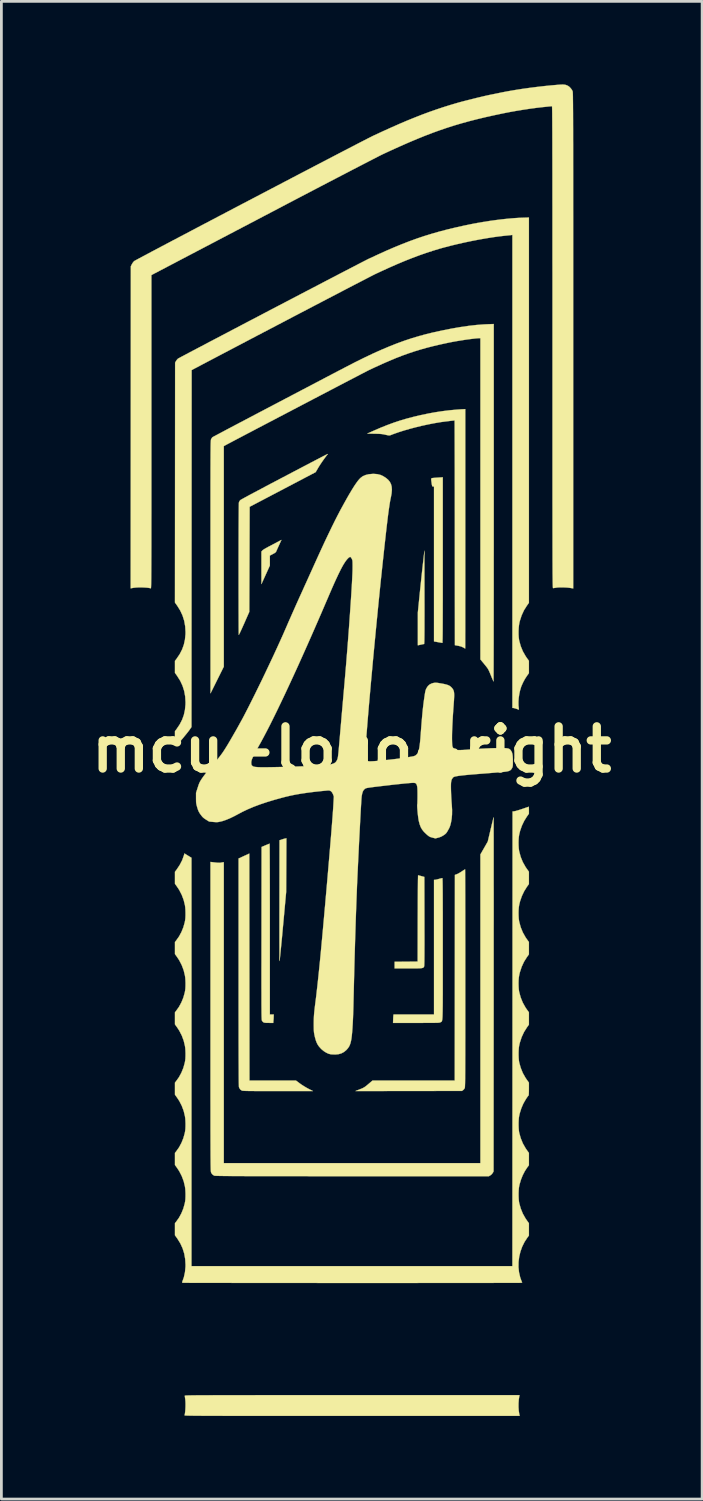
<source format=kicad_pcb>
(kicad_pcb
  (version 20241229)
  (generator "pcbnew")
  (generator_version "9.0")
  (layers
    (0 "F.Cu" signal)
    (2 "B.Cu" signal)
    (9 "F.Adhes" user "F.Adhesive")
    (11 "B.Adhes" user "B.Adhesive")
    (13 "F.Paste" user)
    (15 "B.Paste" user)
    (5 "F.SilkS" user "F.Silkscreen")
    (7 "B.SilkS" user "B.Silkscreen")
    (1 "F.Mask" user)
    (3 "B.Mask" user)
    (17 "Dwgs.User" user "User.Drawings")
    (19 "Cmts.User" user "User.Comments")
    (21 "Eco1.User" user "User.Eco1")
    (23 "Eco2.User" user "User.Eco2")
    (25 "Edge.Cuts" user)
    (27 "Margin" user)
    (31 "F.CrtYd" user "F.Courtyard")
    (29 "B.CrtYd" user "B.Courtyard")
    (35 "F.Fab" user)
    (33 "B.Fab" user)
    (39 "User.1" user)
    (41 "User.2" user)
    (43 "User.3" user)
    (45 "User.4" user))
  (footprint "mcu-logo-right"
    (layer "F.Cu")
    (at 9.659 24.028)
    (property "Reference" "mcu-logo-right" (at 0 0 0) (layer "F.SilkS") (effects (font (size 1.524 1.524) (thickness 0.3))))
    (attr through_hole)
    (fp_poly (pts (xy -2.624 -7.389) (xy -2.654 -7.323) (xy -2.682 -7.261) (xy -2.705 -7.209) (xy -2.721 -7.172) (xy -2.726 -7.161) (xy -2.739 -7.137) (xy -2.758 -7.116) (xy -2.79 -7.094) (xy -2.839 -7.067) (xy -2.852 -7.06) (xy -2.959 -7.004) (xy -2.959 -6.824) (xy -2.959 -6.644) (xy -3.111 -6.309) (xy -3.263 -5.975) (xy -3.264 -6.562) (xy -3.264 -7.148) (xy -3.232 -7.186) (xy -3.208 -7.207) (xy -3.164 -7.236) (xy -3.103 -7.272) (xy -3.028 -7.314) (xy -2.987 -7.335) (xy -2.91 -7.375) (xy -2.831 -7.417) (xy -2.756 -7.456) (xy -2.693 -7.49) (xy -2.658 -7.508) (xy -2.541 -7.571) (xy -2.624 -7.389)) (stroke (width 0.01) (type solid)) (fill yes) (layer "F.SilkS"))
    (fp_poly (pts (xy 2.627 -5.496) (xy 2.628 -5.246) (xy 2.628 -5.021) (xy 2.628 -4.819) (xy 2.627 -4.638) (xy 2.627 -4.479) (xy 2.627 -4.34) (xy 2.626 -4.22) (xy 2.625 -4.118) (xy 2.624 -4.033) (xy 2.623 -3.963) (xy 2.622 -3.907) (xy 2.62 -3.866) (xy 2.618 -3.836) (xy 2.616 -3.818) (xy 2.614 -3.81) (xy 2.613 -3.81) (xy 2.594 -3.807) (xy 2.557 -3.8) (xy 2.509 -3.789) (xy 2.492 -3.786) (xy 2.388 -3.762) (xy 2.388 -4.945) (xy 2.451 -5.575) (xy 2.466 -5.721) (xy 2.483 -5.879) (xy 2.5 -6.043) (xy 2.517 -6.207) (xy 2.534 -6.365) (xy 2.55 -6.511) (xy 2.565 -6.641) (xy 2.57 -6.693) (xy 2.626 -7.182) (xy 2.627 -5.496)) (stroke (width 0.01) (type solid)) (fill yes) (layer "F.SilkS"))
    (fp_poly (pts (xy -2.365 4.18) (xy -2.37 5.15) (xy -2.455 6.077) (xy -2.48 6.344) (xy -2.502 6.585) (xy -2.522 6.802) (xy -2.541 6.993) (xy -2.557 7.159) (xy -2.571 7.301) (xy -2.583 7.418) (xy -2.592 7.511) (xy -2.6 7.579) (xy -2.606 7.623) (xy -2.61 7.643) (xy -2.61 7.644) (xy -2.611 7.632) (xy -2.612 7.596) (xy -2.612 7.537) (xy -2.613 7.457) (xy -2.613 7.356) (xy -2.613 7.237) (xy -2.613 7.1) (xy -2.614 6.946) (xy -2.614 6.778) (xy -2.614 6.596) (xy -2.614 6.401) (xy -2.614 6.195) (xy -2.614 5.979) (xy -2.613 5.754) (xy -2.613 5.523) (xy -2.613 5.466) (xy -2.61 3.283) (xy -2.532 3.255) (xy -2.482 3.239) (xy -2.435 3.225) (xy -2.407 3.219) (xy -2.361 3.21) (xy -2.365 4.18)) (stroke (width 0.01) (type solid)) (fill yes) (layer "F.SilkS"))
    (fp_poly (pts (xy 3.289 -6.841) (xy 3.289 -6.504) (xy 3.289 -6.192) (xy 3.289 -5.904) (xy 3.289 -5.639) (xy 3.289 -5.396) (xy 3.288 -5.174) (xy 3.288 -4.973) (xy 3.287 -4.791) (xy 3.287 -4.628) (xy 3.286 -4.484) (xy 3.286 -4.356) (xy 3.285 -4.245) (xy 3.284 -4.15) (xy 3.283 -4.069) (xy 3.282 -4.003) (xy 3.28 -3.949) (xy 3.279 -3.908) (xy 3.278 -3.878) (xy 3.276 -3.86) (xy 3.274 -3.851) (xy 3.273 -3.85) (xy 3.255 -3.852) (xy 3.218 -3.859) (xy 3.166 -3.868) (xy 3.115 -3.877) (xy 2.972 -3.903) (xy 2.972 -9.5) (xy 2.94 -9.5) (xy 2.925 -9.501) (xy 2.914 -9.506) (xy 2.906 -9.52) (xy 2.899 -9.548) (xy 2.891 -9.593) (xy 2.883 -9.648) (xy 2.874 -9.712) (xy 2.87 -9.755) (xy 2.873 -9.782) (xy 2.883 -9.797) (xy 2.904 -9.804) (xy 2.936 -9.808) (xy 2.943 -9.809) (xy 2.988 -9.813) (xy 3.048 -9.818) (xy 3.115 -9.822) (xy 3.153 -9.825) (xy 3.289 -9.833) (xy 3.289 -6.841)) (stroke (width 0.01) (type solid)) (fill yes) (layer "F.SilkS"))
    (fp_poly (pts (xy -3.696 11.963) (xy -2.016 11.963) (xy -1.875 12.068) (xy -1.807 12.116) (xy -1.725 12.168) (xy -1.642 12.218) (xy -1.569 12.258) (xy -1.403 12.343) (xy -2.667 12.343) (xy -2.881 12.343) (xy -3.071 12.343) (xy -3.239 12.343) (xy -3.385 12.342) (xy -3.511 12.342) (xy -3.618 12.341) (xy -3.709 12.34) (xy -3.783 12.339) (xy -3.843 12.337) (xy -3.889 12.335) (xy -3.924 12.333) (xy -3.948 12.331) (xy -3.964 12.328) (xy -3.969 12.326) (xy -4.025 12.288) (xy -4.063 12.232) (xy -4.075 12.198) (xy -4.077 12.184) (xy -4.078 12.153) (xy -4.079 12.104) (xy -4.081 12.036) (xy -4.082 11.95) (xy -4.083 11.844) (xy -4.084 11.719) (xy -4.084 11.574) (xy -4.085 11.409) (xy -4.086 11.223) (xy -4.087 11.016) (xy -4.087 10.787) (xy -4.088 10.536) (xy -4.088 10.263) (xy -4.088 9.967) (xy -4.089 9.647) (xy -4.089 9.304) (xy -4.089 8.937) (xy -4.089 8.545) (xy -4.089 8.129) (xy -4.089 8.044) (xy -4.089 3.94) (xy -3.896 3.851) (xy -3.702 3.762) (xy -3.696 11.963)) (stroke (width 0.01) (type solid)) (fill yes) (layer "F.SilkS"))
    (fp_poly (pts (xy 2.413 4.551) (xy 2.447 4.559) (xy 2.493 4.571) (xy 2.515 4.577) (xy 2.623 4.606) (xy 2.626 6.205) (xy 2.626 6.458) (xy 2.627 6.686) (xy 2.627 6.89) (xy 2.627 7.072) (xy 2.626 7.232) (xy 2.626 7.372) (xy 2.625 7.491) (xy 2.624 7.591) (xy 2.623 7.673) (xy 2.621 7.737) (xy 2.62 7.785) (xy 2.618 7.818) (xy 2.615 7.836) (xy 2.615 7.84) (xy 2.607 7.857) (xy 2.597 7.872) (xy 2.584 7.883) (xy 2.565 7.892) (xy 2.536 7.899) (xy 2.497 7.905) (xy 2.445 7.908) (xy 2.377 7.91) (xy 2.291 7.911) (xy 2.184 7.912) (xy 2.055 7.912) (xy 2.039 7.912) (xy 1.549 7.912) (xy 1.549 7.671) (xy 1.965 7.668) (xy 2.381 7.664) (xy 2.384 6.106) (xy 2.385 5.909) (xy 2.386 5.719) (xy 2.386 5.538) (xy 2.387 5.368) (xy 2.388 5.209) (xy 2.389 5.064) (xy 2.39 4.933) (xy 2.391 4.819) (xy 2.392 4.723) (xy 2.394 4.646) (xy 2.395 4.59) (xy 2.396 4.557) (xy 2.397 4.547) (xy 2.413 4.551)) (stroke (width 0.01) (type solid)) (fill yes) (layer "F.SilkS"))
    (fp_poly (pts (xy -2.968 3.416) (xy -2.967 3.453) (xy -2.966 3.513) (xy -2.965 3.595) (xy -2.965 3.699) (xy -2.964 3.822) (xy -2.963 3.964) (xy -2.963 4.123) (xy -2.962 4.3) (xy -2.961 4.492) (xy -2.961 4.698) (xy -2.96 4.918) (xy -2.96 5.151) (xy -2.96 5.394) (xy -2.959 5.648) (xy -2.959 5.91) (xy -2.959 6.181) (xy -2.959 6.458) (xy -2.959 6.49) (xy -2.959 9.576) (xy -2.819 9.576) (xy -2.819 9.631) (xy -2.821 9.672) (xy -2.823 9.727) (xy -2.828 9.783) (xy -2.828 9.783) (xy -2.836 9.881) (xy -2.996 9.88) (xy -3.068 9.879) (xy -3.119 9.877) (xy -3.155 9.872) (xy -3.18 9.864) (xy -3.19 9.859) (xy -3.221 9.832) (xy -3.245 9.799) (xy -3.247 9.793) (xy -3.249 9.784) (xy -3.251 9.77) (xy -3.252 9.751) (xy -3.254 9.726) (xy -3.255 9.693) (xy -3.257 9.652) (xy -3.258 9.603) (xy -3.259 9.543) (xy -3.26 9.472) (xy -3.26 9.389) (xy -3.261 9.294) (xy -3.262 9.185) (xy -3.262 9.061) (xy -3.262 8.921) (xy -3.262 8.765) (xy -3.263 8.591) (xy -3.263 8.399) (xy -3.263 8.188) (xy -3.263 7.956) (xy -3.262 7.703) (xy -3.262 7.428) (xy -3.262 7.13) (xy -3.261 6.808) (xy -3.261 6.642) (xy -3.258 3.524) (xy -3.118 3.464) (xy -3.063 3.441) (xy -3.016 3.422) (xy -2.983 3.409) (xy -2.969 3.404) (xy -2.968 3.416)) (stroke (width 0.01) (type solid)) (fill yes) (layer "F.SilkS"))
    (fp_poly (pts (xy 4.096 4.343) (xy 4.096 4.38) (xy 4.097 4.441) (xy 4.097 4.524) (xy 4.098 4.628) (xy 4.098 4.753) (xy 4.099 4.898) (xy 4.099 5.061) (xy 4.1 5.242) (xy 4.1 5.44) (xy 4.1 5.653) (xy 4.101 5.881) (xy 4.101 6.123) (xy 4.101 6.378) (xy 4.101 6.645) (xy 4.102 6.922) (xy 4.102 7.21) (xy 4.102 7.506) (xy 4.102 7.811) (xy 4.102 8.122) (xy 4.102 8.263) (xy 4.102 8.639) (xy 4.102 8.991) (xy 4.102 9.319) (xy 4.102 9.624) (xy 4.102 9.907) (xy 4.102 10.169) (xy 4.102 10.41) (xy 4.101 10.632) (xy 4.101 10.835) (xy 4.101 11.02) (xy 4.1 11.188) (xy 4.1 11.34) (xy 4.099 11.477) (xy 4.099 11.599) (xy 4.098 11.707) (xy 4.097 11.802) (xy 4.097 11.885) (xy 4.096 11.957) (xy 4.095 12.018) (xy 4.094 12.07) (xy 4.092 12.113) (xy 4.091 12.148) (xy 4.09 12.176) (xy 4.088 12.198) (xy 4.087 12.214) (xy 4.085 12.226) (xy 4.083 12.234) (xy 4.081 12.238) (xy 4.056 12.276) (xy 4.023 12.308) (xy 4.021 12.31) (xy 3.981 12.338) (xy 2.057 12.341) (xy 0.133 12.343) (xy 0.292 12.28) (xy 0.355 12.255) (xy 0.404 12.233) (xy 0.445 12.21) (xy 0.486 12.184) (xy 0.531 12.149) (xy 0.587 12.102) (xy 0.601 12.09) (xy 0.751 11.963) (xy 3.721 11.963) (xy 3.724 8.248) (xy 3.727 4.532) (xy 3.791 4.51) (xy 3.829 4.494) (xy 3.879 4.467) (xy 3.935 4.433) (xy 3.971 4.41) (xy 4.019 4.378) (xy 4.059 4.352) (xy 4.086 4.336) (xy 4.095 4.331) (xy 4.096 4.343)) (stroke (width 0.01) (type solid)) (fill yes) (layer "F.SilkS"))
    (fp_poly (pts (xy 3.275 4.653) (xy 3.277 4.667) (xy 3.279 4.691) (xy 3.28 4.727) (xy 3.282 4.775) (xy 3.283 4.837) (xy 3.284 4.912) (xy 3.285 5.002) (xy 3.286 5.108) (xy 3.287 5.231) (xy 3.287 5.371) (xy 3.288 5.529) (xy 3.288 5.707) (xy 3.289 5.905) (xy 3.289 6.124) (xy 3.289 6.365) (xy 3.289 6.629) (xy 3.289 6.917) (xy 3.289 7.195) (xy 3.289 7.498) (xy 3.289 7.778) (xy 3.289 8.033) (xy 3.289 8.267) (xy 3.289 8.479) (xy 3.289 8.671) (xy 3.289 8.844) (xy 3.288 8.998) (xy 3.288 9.136) (xy 3.287 9.257) (xy 3.285 9.364) (xy 3.284 9.456) (xy 3.282 9.535) (xy 3.28 9.602) (xy 3.278 9.659) (xy 3.275 9.705) (xy 3.271 9.743) (xy 3.268 9.772) (xy 3.263 9.795) (xy 3.258 9.812) (xy 3.253 9.825) (xy 3.247 9.833) (xy 3.24 9.839) (xy 3.233 9.844) (xy 3.225 9.848) (xy 3.216 9.852) (xy 3.211 9.855) (xy 3.202 9.86) (xy 3.191 9.864) (xy 3.178 9.868) (xy 3.16 9.871) (xy 3.134 9.874) (xy 3.1 9.876) (xy 3.055 9.877) (xy 2.998 9.878) (xy 2.925 9.879) (xy 2.837 9.88) (xy 2.73 9.88) (xy 2.603 9.88) (xy 2.453 9.881) (xy 2.33 9.881) (xy 1.492 9.881) (xy 1.496 9.757) (xy 1.498 9.7) (xy 1.501 9.65) (xy 1.504 9.615) (xy 1.505 9.604) (xy 1.512 9.576) (xy 2.972 9.576) (xy 2.972 4.712) (xy 3 4.712) (xy 3.025 4.708) (xy 3.067 4.7) (xy 3.119 4.687) (xy 3.143 4.68) (xy 3.195 4.666) (xy 3.238 4.655) (xy 3.267 4.649) (xy 3.273 4.648) (xy 3.275 4.653)) (stroke (width 0.01) (type solid)) (fill yes) (layer "F.SilkS"))
    (fp_poly (pts (xy -0.866 -10.674) (xy -0.867 -10.671) (xy -0.87 -10.669) (xy -0.871 -10.666) (xy -0.964 -10.545) (xy -1.051 -10.424) (xy -1.128 -10.311) (xy -1.193 -10.209) (xy -1.211 -10.178) (xy -1.304 -10.019) (xy -3.689 -8.767) (xy -3.702 -4.972) (xy -3.825 -4.693) (xy -3.881 -4.565) (xy -3.932 -4.451) (xy -3.976 -4.353) (xy -4.014 -4.272) (xy -4.044 -4.208) (xy -4.066 -4.165) (xy -4.079 -4.143) (xy -4.082 -4.14) (xy -4.083 -4.153) (xy -4.084 -4.189) (xy -4.085 -4.249) (xy -4.085 -4.33) (xy -4.086 -4.432) (xy -4.086 -4.553) (xy -4.087 -4.691) (xy -4.087 -4.847) (xy -4.088 -5.018) (xy -4.088 -5.203) (xy -4.088 -5.401) (xy -4.089 -5.61) (xy -4.089 -5.83) (xy -4.089 -6.06) (xy -4.089 -6.297) (xy -4.089 -6.506) (xy -4.089 -6.77) (xy -4.089 -7.024) (xy -4.088 -7.267) (xy -4.088 -7.498) (xy -4.087 -7.715) (xy -4.087 -7.918) (xy -4.086 -8.105) (xy -4.085 -8.276) (xy -4.084 -8.429) (xy -4.083 -8.564) (xy -4.082 -8.678) (xy -4.081 -8.772) (xy -4.08 -8.844) (xy -4.079 -8.893) (xy -4.078 -8.918) (xy -4.077 -8.921) (xy -4.06 -8.964) (xy -4.033 -9.002) (xy -4.03 -9.006) (xy -4.014 -9.016) (xy -3.978 -9.037) (xy -3.921 -9.069) (xy -3.847 -9.11) (xy -3.755 -9.16) (xy -3.647 -9.218) (xy -3.525 -9.283) (xy -3.389 -9.355) (xy -3.242 -9.433) (xy -3.085 -9.517) (xy -2.919 -9.605) (xy -2.745 -9.696) (xy -2.565 -9.791) (xy -2.502 -9.824) (xy -2.277 -9.942) (xy -2.074 -10.049) (xy -1.89 -10.145) (xy -1.727 -10.231) (xy -1.581 -10.307) (xy -1.453 -10.375) (xy -1.341 -10.433) (xy -1.243 -10.484) (xy -1.16 -10.527) (xy -1.09 -10.564) (xy -1.032 -10.594) (xy -0.984 -10.618) (xy -0.947 -10.638) (xy -0.918 -10.652) (xy -0.896 -10.662) (xy -0.882 -10.669) (xy -0.872 -10.673) (xy -0.868 -10.674) (xy -0.866 -10.674)) (stroke (width 0.01) (type solid)) (fill yes) (layer "F.SilkS"))
    (fp_poly (pts (xy 6.053 23.371) (xy 6.035 23.491) (xy 6.026 23.623) (xy 6.025 23.758) (xy 6.033 23.887) (xy 6.05 24) (xy 6.066 24.079) (xy 0.01 24.079) (xy -0.459 24.079) (xy -0.902 24.079) (xy -1.322 24.079) (xy -1.718 24.079) (xy -2.092 24.079) (xy -2.443 24.079) (xy -2.773 24.079) (xy -3.082 24.079) (xy -3.372 24.079) (xy -3.641 24.079) (xy -3.893 24.078) (xy -4.126 24.078) (xy -4.341 24.078) (xy -4.54 24.078) (xy -4.723 24.077) (xy -4.891 24.077) (xy -5.044 24.076) (xy -5.182 24.076) (xy -5.308 24.075) (xy -5.421 24.075) (xy -5.521 24.074) (xy -5.61 24.074) (xy -5.689 24.073) (xy -5.758 24.072) (xy -5.817 24.071) (xy -5.867 24.07) (xy -5.91 24.069) (xy -5.945 24.068) (xy -5.973 24.067) (xy -5.995 24.066) (xy -6.012 24.065) (xy -6.025 24.063) (xy -6.033 24.062) (xy -6.038 24.06) (xy -6.04 24.059) (xy -6.04 24.057) (xy -6.028 24.001) (xy -6.018 23.925) (xy -6.011 23.837) (xy -6.007 23.742) (xy -6.006 23.647) (xy -6.009 23.558) (xy -6.015 23.481) (xy -6.02 23.451) (xy -6.026 23.406) (xy -6.031 23.369) (xy -6.032 23.352) (xy -6.032 23.35) (xy -6.029 23.349) (xy -6.023 23.347) (xy -6.014 23.346) (xy -6.001 23.344) (xy -5.984 23.343) (xy -5.96 23.342) (xy -5.931 23.341) (xy -5.895 23.34) (xy -5.852 23.339) (xy -5.801 23.338) (xy -5.74 23.337) (xy -5.671 23.336) (xy -5.591 23.335) (xy -5.501 23.335) (xy -5.399 23.334) (xy -5.285 23.334) (xy -5.158 23.333) (xy -5.018 23.333) (xy -4.864 23.332) (xy -4.695 23.332) (xy -4.511 23.331) (xy -4.31 23.331) (xy -4.093 23.331) (xy -3.858 23.331) (xy -3.606 23.331) (xy -3.334 23.33) (xy -3.043 23.33) (xy -2.732 23.33) (xy -2.4 23.33) (xy -2.047 23.33) (xy -1.671 23.33) (xy -1.273 23.33) (xy -0.851 23.33) (xy -0.405 23.33) (xy 0.014 23.33) (xy 6.061 23.33) (xy 6.053 23.371)) (stroke (width 0.01) (type solid)) (fill yes) (layer "F.SilkS"))
    (fp_poly (pts (xy 4.102 -7.971) (xy 4.102 -7.641) (xy 4.102 -7.318) (xy 4.102 -7.002) (xy 4.102 -6.695) (xy 4.102 -6.396) (xy 4.102 -6.109) (xy 4.102 -5.832) (xy 4.102 -5.567) (xy 4.101 -5.316) (xy 4.101 -5.078) (xy 4.101 -4.855) (xy 4.101 -4.648) (xy 4.101 -4.458) (xy 4.101 -4.286) (xy 4.1 -4.131) (xy 4.1 -3.997) (xy 4.1 -3.882) (xy 4.1 -3.79) (xy 4.1 -3.719) (xy 4.099 -3.671) (xy 4.099 -3.648) (xy 4.099 -3.645) (xy 4.087 -3.651) (xy 4.06 -3.667) (xy 4.027 -3.686) (xy 3.959 -3.717) (xy 3.873 -3.74) (xy 3.843 -3.746) (xy 3.727 -3.767) (xy 3.724 -7.827) (xy 3.724 -8.146) (xy 3.724 -8.459) (xy 3.723 -8.765) (xy 3.723 -9.062) (xy 3.723 -9.349) (xy 3.722 -9.626) (xy 3.722 -9.892) (xy 3.722 -10.145) (xy 3.721 -10.385) (xy 3.721 -10.611) (xy 3.72 -10.822) (xy 3.72 -11.016) (xy 3.719 -11.194) (xy 3.719 -11.354) (xy 3.718 -11.494) (xy 3.718 -11.615) (xy 3.718 -11.715) (xy 3.717 -11.793) (xy 3.717 -11.848) (xy 3.716 -11.88) (xy 3.716 -11.887) (xy 3.694 -11.886) (xy 3.651 -11.881) (xy 3.593 -11.875) (xy 3.524 -11.866) (xy 3.45 -11.857) (xy 3.374 -11.848) (xy 3.302 -11.838) (xy 3.239 -11.83) (xy 3.194 -11.823) (xy 2.981 -11.787) (xy 2.76 -11.744) (xy 2.534 -11.695) (xy 2.309 -11.64) (xy 2.089 -11.582) (xy 1.878 -11.521) (xy 1.682 -11.458) (xy 1.503 -11.395) (xy 1.413 -11.36) (xy 1.389 -11.351) (xy 1.367 -11.346) (xy 1.343 -11.346) (xy 1.309 -11.351) (xy 1.261 -11.361) (xy 1.216 -11.371) (xy 1.161 -11.383) (xy 1.111 -11.392) (xy 1.06 -11.398) (xy 1.002 -11.402) (xy 0.932 -11.405) (xy 0.843 -11.407) (xy 0.817 -11.407) (xy 0.74 -11.409) (xy 0.672 -11.41) (xy 0.617 -11.411) (xy 0.58 -11.412) (xy 0.564 -11.413) (xy 0.563 -11.413) (xy 0.575 -11.418) (xy 0.606 -11.433) (xy 0.654 -11.454) (xy 0.714 -11.481) (xy 0.784 -11.512) (xy 0.8 -11.519) (xy 1.047 -11.626) (xy 1.283 -11.72) (xy 1.513 -11.805) (xy 1.742 -11.881) (xy 1.974 -11.95) (xy 2.216 -12.014) (xy 2.472 -12.075) (xy 2.748 -12.133) (xy 2.781 -12.14) (xy 3.026 -12.184) (xy 3.283 -12.223) (xy 3.543 -12.255) (xy 3.796 -12.278) (xy 3.947 -12.289) (xy 4.102 -12.297) (xy 4.102 -7.971)) (stroke (width 0.01) (type solid)) (fill yes) (layer "F.SilkS"))
    (fp_poly (pts (xy 5.126 2.465) (xy 5.126 2.501) (xy 5.126 2.562) (xy 5.127 2.646) (xy 5.127 2.752) (xy 5.127 2.88) (xy 5.127 3.029) (xy 5.128 3.198) (xy 5.128 3.386) (xy 5.128 3.593) (xy 5.128 3.817) (xy 5.128 4.059) (xy 5.128 4.317) (xy 5.128 4.591) (xy 5.128 4.879) (xy 5.129 5.181) (xy 5.129 5.497) (xy 5.129 5.825) (xy 5.129 6.165) (xy 5.128 6.517) (xy 5.128 6.878) (xy 5.128 7.249) (xy 5.128 7.628) (xy 5.128 8.016) (xy 5.128 8.411) (xy 5.128 8.812) (xy 5.128 8.847) (xy 5.124 15.246) (xy 5.093 15.302) (xy 5.058 15.348) (xy 5.013 15.385) (xy 5.009 15.387) (xy 4.957 15.418) (xy 0.012 15.418) (xy -0.413 15.418) (xy -0.812 15.418) (xy -1.188 15.418) (xy -1.541 15.418) (xy -1.871 15.417) (xy -2.179 15.417) (xy -2.466 15.417) (xy -2.733 15.417) (xy -2.981 15.417) (xy -3.21 15.417) (xy -3.42 15.416) (xy -3.614 15.416) (xy -3.79 15.416) (xy -3.951 15.415) (xy -4.097 15.415) (xy -4.229 15.414) (xy -4.346 15.413) (xy -4.451 15.413) (xy -4.544 15.412) (xy -4.625 15.411) (xy -4.696 15.41) (xy -4.756 15.409) (xy -4.807 15.408) (xy -4.85 15.407) (xy -4.885 15.406) (xy -4.913 15.405) (xy -4.935 15.404) (xy -4.951 15.402) (xy -4.962 15.401) (xy -4.969 15.399) (xy -4.972 15.398) (xy -5.024 15.364) (xy -5.061 15.323) (xy -5.082 15.284) (xy -5.083 15.28) (xy -5.085 15.274) (xy -5.087 15.265) (xy -5.088 15.254) (xy -5.09 15.24) (xy -5.091 15.221) (xy -5.093 15.197) (xy -5.094 15.168) (xy -5.095 15.132) (xy -5.096 15.09) (xy -5.097 15.039) (xy -5.098 14.98) (xy -5.099 14.912) (xy -5.099 14.834) (xy -5.1 14.745) (xy -5.101 14.645) (xy -5.101 14.533) (xy -5.102 14.409) (xy -5.102 14.271) (xy -5.103 14.119) (xy -5.103 13.952) (xy -5.104 13.77) (xy -5.104 13.571) (xy -5.104 13.356) (xy -5.104 13.123) (xy -5.104 12.871) (xy -5.105 12.601) (xy -5.105 12.311) (xy -5.105 12) (xy -5.105 11.668) (xy -5.105 11.315) (xy -5.105 10.938) (xy -5.105 10.539) (xy -5.105 10.116) (xy -5.105 9.668) (xy -5.105 9.649) (xy -5.105 4.064) (xy -5.058 4.07) (xy -4.943 4.084) (xy -4.853 4.093) (xy -4.785 4.095) (xy -4.738 4.093) (xy -4.724 4.09) (xy -4.686 4.081) (xy -4.653 4.077) (xy -4.651 4.077) (xy -4.623 4.077) (xy -4.623 14.948) (xy 4.648 14.948) (xy 4.648 3.794) (xy 4.781 3.562) (xy 4.914 3.33) (xy 5.017 2.894) (xy 5.041 2.793) (xy 5.063 2.699) (xy 5.083 2.617) (xy 5.1 2.548) (xy 5.113 2.496) (xy 5.122 2.463) (xy 5.125 2.452) (xy 5.126 2.465)) (stroke (width 0.01) (type solid)) (fill yes) (layer "F.SilkS"))
    (fp_poly (pts (xy 5.131 -8.909) (xy 5.131 -8.505) (xy 5.131 -8.108) (xy 5.131 -7.718) (xy 5.131 -7.335) (xy 5.13 -6.962) (xy 5.13 -6.598) (xy 5.13 -6.244) (xy 5.13 -5.901) (xy 5.13 -5.569) (xy 5.129 -5.251) (xy 5.129 -4.945) (xy 5.129 -4.653) (xy 5.128 -4.376) (xy 5.128 -4.115) (xy 5.128 -3.869) (xy 5.127 -3.641) (xy 5.127 -3.43) (xy 5.126 -3.238) (xy 5.126 -3.065) (xy 5.125 -2.912) (xy 5.125 -2.78) (xy 5.124 -2.669) (xy 5.124 -2.581) (xy 5.123 -2.515) (xy 5.123 -2.473) (xy 5.122 -2.456) (xy 5.122 -2.456) (xy 5.115 -2.47) (xy 5.1 -2.503) (xy 5.078 -2.553) (xy 5.052 -2.615) (xy 5.024 -2.685) (xy 5.023 -2.686) (xy 4.991 -2.764) (xy 4.965 -2.824) (xy 4.943 -2.871) (xy 4.92 -2.912) (xy 4.894 -2.951) (xy 4.861 -2.994) (xy 4.818 -3.048) (xy 4.79 -3.081) (xy 4.648 -3.254) (xy 4.648 -14.859) (xy 4.611 -14.859) (xy 4.554 -14.857) (xy 4.476 -14.85) (xy 4.379 -14.839) (xy 4.269 -14.825) (xy 4.149 -14.809) (xy 4.023 -14.79) (xy 3.893 -14.769) (xy 3.764 -14.748) (xy 3.64 -14.725) (xy 3.525 -14.703) (xy 3.478 -14.693) (xy 3.209 -14.635) (xy 2.957 -14.576) (xy 2.717 -14.515) (xy 2.486 -14.45) (xy 2.26 -14.381) (xy 2.037 -14.306) (xy 1.812 -14.225) (xy 1.582 -14.135) (xy 1.344 -14.035) (xy 1.094 -13.926) (xy 0.828 -13.804) (xy 0.622 -13.707) (xy 0.6 -13.696) (xy 0.556 -13.673) (xy 0.492 -13.64) (xy 0.41 -13.598) (xy 0.31 -13.546) (xy 0.194 -13.485) (xy 0.063 -13.417) (xy -0.082 -13.342) (xy -0.239 -13.26) (xy -0.407 -13.172) (xy -0.585 -13.079) (xy -0.771 -12.982) (xy -0.965 -12.88) (xy -1.165 -12.776) (xy -1.37 -12.669) (xy -1.579 -12.559) (xy -1.79 -12.449) (xy -2.001 -12.338) (xy -2.213 -12.228) (xy -2.423 -12.117) (xy -2.63 -12.009) (xy -2.833 -11.902) (xy -3.031 -11.799) (xy -3.223 -11.698) (xy -3.407 -11.602) (xy -3.581 -11.51) (xy -3.746 -11.424) (xy -3.898 -11.344) (xy -4.038 -11.27) (xy -4.164 -11.204) (xy -4.274 -11.146) (xy -4.368 -11.096) (xy -4.444 -11.056) (xy -4.501 -11.026) (xy -4.537 -11.006) (xy -4.543 -11.003) (xy -4.623 -10.959) (xy -4.623 -6.975) (xy -4.623 -2.991) (xy -5.103 -2.026) (xy -5.104 -6.591) (xy -5.104 -6.996) (xy -5.104 -7.376) (xy -5.104 -7.733) (xy -5.104 -8.066) (xy -5.104 -8.377) (xy -5.104 -8.667) (xy -5.104 -8.936) (xy -5.104 -9.185) (xy -5.104 -9.414) (xy -5.104 -9.626) (xy -5.103 -9.82) (xy -5.103 -9.997) (xy -5.103 -10.158) (xy -5.102 -10.303) (xy -5.102 -10.435) (xy -5.101 -10.552) (xy -5.101 -10.657) (xy -5.1 -10.749) (xy -5.099 -10.831) (xy -5.099 -10.901) (xy -5.098 -10.962) (xy -5.097 -11.014) (xy -5.096 -11.058) (xy -5.094 -11.094) (xy -5.093 -11.123) (xy -5.092 -11.147) (xy -5.09 -11.166) (xy -5.088 -11.18) (xy -5.087 -11.191) (xy -5.085 -11.199) (xy -5.083 -11.205) (xy -5.082 -11.208) (xy -5.061 -11.245) (xy -5.04 -11.274) (xy -5.034 -11.28) (xy -5.021 -11.288) (xy -4.985 -11.307) (xy -4.929 -11.337) (xy -4.852 -11.378) (xy -4.756 -11.429) (xy -4.641 -11.49) (xy -4.509 -11.561) (xy -4.359 -11.64) (xy -4.192 -11.728) (xy -4.01 -11.824) (xy -3.812 -11.928) (xy -3.601 -12.039) (xy -3.376 -12.158) (xy -3.138 -12.283) (xy -2.888 -12.414) (xy -2.627 -12.551) (xy -2.356 -12.694) (xy -2.075 -12.841) (xy -1.784 -12.994) (xy -1.486 -13.15) (xy -1.18 -13.311) (xy -0.868 -13.475) (xy -0.549 -13.642) (xy -0.225 -13.811) (xy -0.222 -13.813) (xy 0.123 -13.991) (xy 0.451 -14.153) (xy 0.763 -14.302) (xy 1.062 -14.436) (xy 1.351 -14.558) (xy 1.63 -14.669) (xy 1.902 -14.768) (xy 2.17 -14.857) (xy 2.436 -14.937) (xy 2.701 -15.008) (xy 2.921 -15.062) (xy 3.279 -15.14) (xy 3.616 -15.207) (xy 3.933 -15.262) (xy 4.232 -15.305) (xy 4.514 -15.337) (xy 4.78 -15.357) (xy 4.912 -15.363) (xy 5.131 -15.371) (xy 5.131 -8.909)) (stroke (width 0.01) (type solid)) (fill yes) (layer "F.SilkS"))
    (fp_poly (pts (xy 6.401 -5.297) (xy 6.33 -5.198) (xy 6.224 -5.03) (xy 6.139 -4.846) (xy 6.074 -4.647) (xy 6.057 -4.578) (xy 6.042 -4.489) (xy 6.032 -4.385) (xy 6.027 -4.272) (xy 6.027 -4.159) (xy 6.033 -4.052) (xy 6.045 -3.96) (xy 6.05 -3.931) (xy 6.106 -3.731) (xy 6.182 -3.546) (xy 6.279 -3.375) (xy 6.32 -3.314) (xy 6.401 -3.202) (xy 6.401 -2.757) (xy 6.33 -2.658) (xy 6.258 -2.548) (xy 6.192 -2.425) (xy 6.135 -2.299) (xy 6.118 -2.254) (xy 6.081 -2.131) (xy 6.052 -1.996) (xy 6.032 -1.856) (xy 6.023 -1.72) (xy 6.024 -1.594) (xy 6.03 -1.537) (xy 6.035 -1.491) (xy 6.039 -1.456) (xy 6.04 -1.44) (xy 6.04 -1.439) (xy 6.028 -1.442) (xy 5.998 -1.451) (xy 5.957 -1.466) (xy 5.952 -1.467) (xy 5.905 -1.483) (xy 5.863 -1.494) (xy 5.835 -1.499) (xy 5.804 -1.499) (xy 5.804 -18.592) (xy 5.769 -18.586) (xy 5.745 -18.583) (xy 5.7 -18.578) (xy 5.641 -18.572) (xy 5.572 -18.565) (xy 5.531 -18.561) (xy 5.323 -18.537) (xy 5.096 -18.506) (xy 4.854 -18.467) (xy 4.601 -18.423) (xy 4.343 -18.373) (xy 4.083 -18.319) (xy 3.827 -18.261) (xy 3.578 -18.201) (xy 3.341 -18.139) (xy 3.164 -18.09) (xy 2.922 -18.016) (xy 2.68 -17.937) (xy 2.435 -17.851) (xy 2.185 -17.757) (xy 1.927 -17.655) (xy 1.657 -17.542) (xy 1.374 -17.418) (xy 1.074 -17.281) (xy 0.857 -17.18) (xy 0.827 -17.165) (xy 0.775 -17.139) (xy 0.703 -17.102) (xy 0.612 -17.055) (xy 0.502 -16.998) (xy 0.375 -16.932) (xy 0.232 -16.858) (xy 0.073 -16.776) (xy -0.1 -16.686) (xy -0.286 -16.589) (xy -0.484 -16.485) (xy -0.694 -16.376) (xy -0.913 -16.262) (xy -1.142 -16.142) (xy -1.379 -16.019) (xy -1.622 -15.891) (xy -1.872 -15.761) (xy -2.127 -15.628) (xy -2.385 -15.492) (xy -2.647 -15.355) (xy -2.91 -15.217) (xy -3.174 -15.079) (xy -3.438 -14.941) (xy -3.701 -14.803) (xy -3.961 -14.666) (xy -4.218 -14.531) (xy -4.471 -14.398) (xy -4.719 -14.268) (xy -4.96 -14.141) (xy -5.194 -14.018) (xy -5.419 -13.9) (xy -5.442 -13.887) (xy -5.785 -13.707) (xy -5.788 -7.259) (xy -5.791 -0.81) (xy -5.865 -0.703) (xy -5.89 -0.669) (xy -5.926 -0.623) (xy -5.97 -0.567) (xy -6.02 -0.506) (xy -6.073 -0.441) (xy -6.128 -0.376) (xy -6.18 -0.314) (xy -6.228 -0.258) (xy -6.27 -0.211) (xy -6.302 -0.177) (xy -6.322 -0.157) (xy -6.327 -0.153) (xy -6.339 -0.162) (xy -6.358 -0.185) (xy -6.362 -0.189) (xy -6.372 -0.205) (xy -6.378 -0.223) (xy -6.383 -0.247) (xy -6.386 -0.282) (xy -6.388 -0.332) (xy -6.388 -0.402) (xy -6.388 -0.443) (xy -6.388 -0.659) (xy -6.325 -0.742) (xy -6.216 -0.904) (xy -6.13 -1.071) (xy -6.067 -1.243) (xy -6.027 -1.425) (xy -6.008 -1.618) (xy -6.006 -1.708) (xy -6.018 -1.915) (xy -6.054 -2.112) (xy -6.114 -2.301) (xy -6.198 -2.481) (xy -6.306 -2.652) (xy -6.308 -2.656) (xy -6.388 -2.767) (xy -6.388 -3.199) (xy -6.325 -3.282) (xy -6.215 -3.445) (xy -6.129 -3.613) (xy -6.066 -3.787) (xy -6.026 -3.97) (xy -6.007 -4.164) (xy -6.006 -4.244) (xy -6.018 -4.451) (xy -6.054 -4.65) (xy -6.114 -4.839) (xy -6.198 -5.02) (xy -6.305 -5.192) (xy -6.308 -5.196) (xy -6.388 -5.308) (xy -6.385 -9.642) (xy -6.382 -13.976) (xy -6.347 -14.036) (xy -6.32 -14.075) (xy -6.29 -14.109) (xy -6.277 -14.12) (xy -6.261 -14.13) (xy -6.223 -14.15) (xy -6.165 -14.182) (xy -6.087 -14.223) (xy -5.991 -14.274) (xy -5.879 -14.334) (xy -5.75 -14.402) (xy -5.605 -14.478) (xy -5.447 -14.561) (xy -5.276 -14.651) (xy -5.094 -14.748) (xy -4.9 -14.849) (xy -4.697 -14.956) (xy -4.485 -15.067) (xy -4.265 -15.183) (xy -4.039 -15.301) (xy -3.808 -15.423) (xy -3.572 -15.546) (xy -3.333 -15.671) (xy -3.092 -15.798) (xy -2.849 -15.925) (xy -2.606 -16.052) (xy -2.365 -16.178) (xy -2.125 -16.303) (xy -1.889 -16.427) (xy -1.656 -16.549) (xy -1.429 -16.667) (xy -1.208 -16.782) (xy -0.995 -16.894) (xy -0.79 -17.001) (xy -0.594 -17.102) (xy -0.41 -17.199) (xy -0.236 -17.289) (xy -0.076 -17.372) (xy 0.071 -17.448) (xy 0.203 -17.517) (xy 0.319 -17.577) (xy 0.418 -17.628) (xy 0.499 -17.669) (xy 0.56 -17.701) (xy 0.602 -17.722) (xy 0.616 -17.728) (xy 0.941 -17.879) (xy 1.247 -18.018) (xy 1.539 -18.144) (xy 1.82 -18.259) (xy 2.093 -18.365) (xy 2.361 -18.462) (xy 2.627 -18.551) (xy 2.896 -18.634) (xy 3.169 -18.712) (xy 3.45 -18.786) (xy 3.743 -18.856) (xy 4.051 -18.925) (xy 4.312 -18.979) (xy 4.523 -19.02) (xy 4.745 -19.058) (xy 4.973 -19.094) (xy 5.203 -19.126) (xy 5.43 -19.154) (xy 5.649 -19.177) (xy 5.855 -19.195) (xy 6.045 -19.207) (xy 6.15 -19.211) (xy 6.401 -19.219) (xy 6.401 -5.297)) (stroke (width 0.01) (type solid)) (fill yes) (layer "F.SilkS"))
    (fp_poly (pts (xy 6.398 2.082) (xy 6.4 2.114) (xy 6.401 2.16) (xy 6.401 2.196) (xy 6.401 2.323) (xy 6.33 2.422) (xy 6.231 2.58) (xy 6.148 2.754) (xy 6.083 2.94) (xy 6.05 3.073) (xy 6.037 3.156) (xy 6.029 3.256) (xy 6.026 3.364) (xy 6.028 3.473) (xy 6.034 3.575) (xy 6.046 3.662) (xy 6.05 3.683) (xy 6.104 3.882) (xy 6.18 4.069) (xy 6.278 4.244) (xy 6.326 4.314) (xy 6.401 4.418) (xy 6.401 4.863) (xy 6.33 4.962) (xy 6.231 5.12) (xy 6.148 5.294) (xy 6.083 5.48) (xy 6.05 5.613) (xy 6.037 5.696) (xy 6.029 5.796) (xy 6.026 5.904) (xy 6.028 6.013) (xy 6.034 6.115) (xy 6.046 6.202) (xy 6.05 6.223) (xy 6.104 6.422) (xy 6.18 6.609) (xy 6.278 6.784) (xy 6.326 6.854) (xy 6.401 6.958) (xy 6.401 7.403) (xy 6.33 7.502) (xy 6.225 7.669) (xy 6.14 7.852) (xy 6.075 8.049) (xy 6.05 8.155) (xy 6.037 8.237) (xy 6.029 8.335) (xy 6.026 8.443) (xy 6.028 8.552) (xy 6.034 8.654) (xy 6.045 8.741) (xy 6.05 8.763) (xy 6.104 8.962) (xy 6.18 9.149) (xy 6.278 9.324) (xy 6.326 9.394) (xy 6.401 9.498) (xy 6.401 9.943) (xy 6.33 10.042) (xy 6.225 10.209) (xy 6.139 10.393) (xy 6.074 10.592) (xy 6.051 10.687) (xy 6.039 10.76) (xy 6.032 10.85) (xy 6.028 10.951) (xy 6.028 11.055) (xy 6.032 11.156) (xy 6.04 11.245) (xy 6.05 11.309) (xy 6.106 11.507) (xy 6.182 11.694) (xy 6.28 11.867) (xy 6.326 11.934) (xy 6.401 12.038) (xy 6.401 12.266) (xy 6.4 12.353) (xy 6.398 12.422) (xy 6.395 12.471) (xy 6.39 12.498) (xy 6.388 12.503) (xy 6.371 12.521) (xy 6.345 12.556) (xy 6.313 12.603) (xy 6.278 12.659) (xy 6.243 12.719) (xy 6.211 12.777) (xy 6.194 12.808) (xy 6.126 12.967) (xy 6.071 13.143) (xy 6.051 13.227) (xy 6.039 13.3) (xy 6.032 13.39) (xy 6.028 13.491) (xy 6.028 13.595) (xy 6.032 13.696) (xy 6.04 13.785) (xy 6.05 13.849) (xy 6.106 14.047) (xy 6.182 14.234) (xy 6.28 14.407) (xy 6.326 14.474) (xy 6.401 14.578) (xy 6.401 14.8) (xy 6.401 15.023) (xy 6.338 15.107) (xy 6.253 15.237) (xy 6.177 15.385) (xy 6.113 15.546) (xy 6.063 15.715) (xy 6.051 15.767) (xy 6.039 15.84) (xy 6.032 15.93) (xy 6.028 16.031) (xy 6.028 16.135) (xy 6.032 16.236) (xy 6.04 16.325) (xy 6.05 16.389) (xy 6.106 16.587) (xy 6.182 16.774) (xy 6.28 16.947) (xy 6.326 17.014) (xy 6.401 17.118) (xy 6.401 17.341) (xy 6.401 17.564) (xy 6.346 17.637) (xy 6.243 17.794) (xy 6.159 17.963) (xy 6.095 18.142) (xy 6.05 18.327) (xy 6.027 18.515) (xy 6.024 18.703) (xy 6.043 18.889) (xy 6.084 19.068) (xy 6.127 19.191) (xy 6.157 19.263) (xy 6.118 19.271) (xy 6.103 19.271) (xy 6.064 19.272) (xy 6.001 19.272) (xy 5.916 19.273) (xy 5.809 19.273) (xy 5.681 19.273) (xy 5.533 19.274) (xy 5.367 19.274) (xy 5.183 19.274) (xy 4.982 19.275) (xy 4.766 19.275) (xy 4.534 19.275) (xy 4.288 19.276) (xy 4.03 19.276) (xy 3.759 19.276) (xy 3.477 19.276) (xy 3.185 19.276) (xy 2.884 19.276) (xy 2.574 19.276) (xy 2.257 19.277) (xy 1.933 19.277) (xy 1.605 19.277) (xy 1.271 19.277) (xy 0.934 19.277) (xy 0.595 19.277) (xy 0.254 19.277) (xy -0.088 19.277) (xy -0.429 19.277) (xy -0.77 19.277) (xy -1.108 19.277) (xy -1.443 19.276) (xy -1.774 19.276) (xy -2.1 19.276) (xy -2.42 19.276) (xy -2.733 19.276) (xy -3.038 19.276) (xy -3.335 19.275) (xy -3.621 19.275) (xy -3.897 19.275) (xy -4.161 19.275) (xy -4.413 19.274) (xy -4.651 19.274) (xy -4.875 19.274) (xy -5.083 19.273) (xy -5.274 19.273) (xy -5.449 19.273) (xy -5.605 19.272) (xy -5.742 19.272) (xy -5.858 19.272) (xy -5.953 19.271) (xy -6.027 19.271) (xy -6.077 19.27) (xy -6.103 19.27) (xy -6.106 19.27) (xy -6.127 19.26) (xy -6.127 19.243) (xy -6.065 19.068) (xy -6.025 18.884) (xy -6.007 18.689) (xy -6.006 18.618) (xy -6.018 18.411) (xy -6.053 18.213) (xy -6.112 18.025) (xy -6.194 17.846) (xy -6.3 17.675) (xy -6.313 17.657) (xy -6.388 17.553) (xy -6.388 17.118) (xy -6.345 17.065) (xy -6.242 16.92) (xy -6.155 16.759) (xy -6.085 16.587) (xy -6.035 16.409) (xy -6.019 16.326) (xy -6.011 16.251) (xy -6.007 16.159) (xy -6.006 16.059) (xy -6.01 15.959) (xy -6.016 15.867) (xy -6.026 15.796) (xy -6.072 15.602) (xy -6.142 15.415) (xy -6.233 15.238) (xy -6.313 15.117) (xy -6.388 15.013) (xy -6.388 14.578) (xy -6.345 14.525) (xy -6.242 14.38) (xy -6.155 14.219) (xy -6.085 14.047) (xy -6.035 13.869) (xy -6.019 13.786) (xy -6.011 13.711) (xy -6.007 13.619) (xy -6.006 13.519) (xy -6.01 13.419) (xy -6.016 13.327) (xy -6.026 13.256) (xy -6.072 13.062) (xy -6.142 12.875) (xy -6.233 12.698) (xy -6.313 12.577) (xy -6.388 12.473) (xy -6.388 12.038) (xy -6.345 11.985) (xy -6.242 11.84) (xy -6.155 11.679) (xy -6.085 11.507) (xy -6.035 11.329) (xy -6.019 11.246) (xy -6.011 11.171) (xy -6.007 11.079) (xy -6.006 10.979) (xy -6.01 10.879) (xy -6.016 10.787) (xy -6.026 10.716) (xy -6.072 10.522) (xy -6.142 10.335) (xy -6.233 10.158) (xy -6.313 10.037) (xy -6.388 9.933) (xy -6.388 9.498) (xy -6.345 9.445) (xy -6.242 9.3) (xy -6.155 9.139) (xy -6.085 8.967) (xy -6.035 8.789) (xy -6.019 8.706) (xy -6.011 8.631) (xy -6.007 8.539) (xy -6.006 8.439) (xy -6.01 8.339) (xy -6.016 8.247) (xy -6.026 8.176) (xy -6.072 7.982) (xy -6.142 7.795) (xy -6.233 7.618) (xy -6.313 7.497) (xy -6.388 7.393) (xy -6.388 6.958) (xy -6.345 6.905) (xy -6.242 6.76) (xy -6.155 6.599) (xy -6.085 6.427) (xy -6.035 6.249) (xy -6.019 6.166) (xy -6.011 6.09) (xy -6.007 5.997) (xy -6.007 5.895) (xy -6.01 5.794) (xy -6.017 5.701) (xy -6.026 5.633) (xy -6.072 5.443) (xy -6.141 5.258) (xy -6.231 5.082) (xy -6.308 4.964) (xy -6.388 4.853) (xy -6.388 4.637) (xy -6.388 4.421) (xy -6.325 4.338) (xy -6.215 4.173) (xy -6.127 4.002) (xy -6.065 3.83) (xy -6.044 3.757) (xy -6.013 3.777) (xy -5.988 3.793) (xy -5.949 3.818) (xy -5.902 3.846) (xy -5.887 3.855) (xy -5.791 3.914) (xy -5.791 18.669) (xy 5.804 18.669) (xy 5.81 2.242) (xy 5.874 2.234) (xy 5.906 2.228) (xy 5.957 2.214) (xy 6.022 2.195) (xy 6.095 2.172) (xy 6.164 2.149) (xy 6.235 2.124) (xy 6.298 2.103) (xy 6.348 2.086) (xy 6.382 2.074) (xy 6.396 2.07) (xy 6.396 2.07) (xy 6.398 2.082)) (stroke (width 0.01) (type solid)) (fill yes) (layer "F.SilkS"))
    (fp_poly (pts (xy 7.686 -24.019) (xy 7.732 -24.01) (xy 7.775 -23.994) (xy 7.812 -23.977) (xy 7.862 -23.942) (xy 7.912 -23.89) (xy 7.955 -23.832) (xy 7.981 -23.778) (xy 7.982 -23.772) (xy 7.984 -23.764) (xy 7.985 -23.751) (xy 7.986 -23.734) (xy 7.987 -23.713) (xy 7.988 -23.685) (xy 7.989 -23.652) (xy 7.99 -23.612) (xy 7.991 -23.565) (xy 7.991 -23.51) (xy 7.992 -23.447) (xy 7.993 -23.375) (xy 7.994 -23.294) (xy 7.994 -23.203) (xy 7.995 -23.102) (xy 7.996 -22.99) (xy 7.996 -22.866) (xy 7.997 -22.73) (xy 7.997 -22.582) (xy 7.998 -22.42) (xy 7.998 -22.245) (xy 7.998 -22.055) (xy 7.999 -21.851) (xy 7.999 -21.631) (xy 7.999 -21.396) (xy 7.999 -21.144) (xy 8 -20.875) (xy 8 -20.588) (xy 8 -20.284) (xy 8 -19.961) (xy 8 -19.619) (xy 8.001 -19.257) (xy 8.001 -18.875) (xy 8.001 -18.472) (xy 8.001 -18.047) (xy 8.001 -17.601) (xy 8.001 -17.133) (xy 8.001 -16.641) (xy 8.001 -16.126) (xy 8.001 -15.587) (xy 8.001 -15.023) (xy 8.001 -14.768) (xy 8.001 -5.816) (xy 7.972 -5.823) (xy 7.895 -5.836) (xy 7.803 -5.847) (xy 7.702 -5.853) (xy 7.6 -5.856) (xy 7.504 -5.855) (xy 7.42 -5.85) (xy 7.367 -5.842) (xy 7.324 -5.835) (xy 7.289 -5.83) (xy 7.275 -5.829) (xy 7.274 -5.83) (xy 7.272 -5.831) (xy 7.271 -5.835) (xy 7.27 -5.841) (xy 7.268 -5.849) (xy 7.267 -5.862) (xy 7.266 -5.878) (xy 7.265 -5.899) (xy 7.264 -5.925) (xy 7.263 -5.957) (xy 7.262 -5.995) (xy 7.261 -6.039) (xy 7.26 -6.092) (xy 7.26 -6.152) (xy 7.259 -6.22) (xy 7.258 -6.298) (xy 7.257 -6.386) (xy 7.257 -6.483) (xy 7.256 -6.592) (xy 7.256 -6.711) (xy 7.255 -6.843) (xy 7.255 -6.987) (xy 7.255 -7.144) (xy 7.254 -7.314) (xy 7.254 -7.499) (xy 7.254 -7.698) (xy 7.253 -7.912) (xy 7.253 -8.143) (xy 7.253 -8.389) (xy 7.253 -8.653) (xy 7.252 -8.934) (xy 7.252 -9.233) (xy 7.252 -9.55) (xy 7.252 -9.887) (xy 7.252 -10.244) (xy 7.252 -10.62) (xy 7.252 -11.018) (xy 7.252 -11.437) (xy 7.252 -11.878) (xy 7.252 -12.341) (xy 7.252 -12.827) (xy 7.252 -13.337) (xy 7.252 -13.872) (xy 7.252 -14.43) (xy 7.252 -14.535) (xy 7.252 -15.114) (xy 7.252 -15.669) (xy 7.252 -16.198) (xy 7.252 -16.704) (xy 7.252 -17.187) (xy 7.251 -17.647) (xy 7.251 -18.084) (xy 7.251 -18.499) (xy 7.251 -18.893) (xy 7.251 -19.266) (xy 7.251 -19.618) (xy 7.25 -19.951) (xy 7.25 -20.264) (xy 7.25 -20.558) (xy 7.25 -20.834) (xy 7.249 -21.091) (xy 7.249 -21.332) (xy 7.248 -21.555) (xy 7.248 -21.762) (xy 7.248 -21.953) (xy 7.247 -22.128) (xy 7.247 -22.289) (xy 7.246 -22.435) (xy 7.245 -22.567) (xy 7.245 -22.685) (xy 7.244 -22.791) (xy 7.243 -22.884) (xy 7.243 -22.965) (xy 7.242 -23.034) (xy 7.241 -23.093) (xy 7.24 -23.141) (xy 7.239 -23.179) (xy 7.238 -23.208) (xy 7.237 -23.227) (xy 7.236 -23.238) (xy 7.235 -23.241) (xy 7.219 -23.24) (xy 7.18 -23.236) (xy 7.124 -23.231) (xy 7.053 -23.224) (xy 6.972 -23.215) (xy 6.908 -23.209) (xy 6.685 -23.183) (xy 6.444 -23.151) (xy 6.194 -23.113) (xy 5.943 -23.072) (xy 5.697 -23.028) (xy 5.48 -22.985) (xy 5.152 -22.916) (xy 4.842 -22.847) (xy 4.546 -22.776) (xy 4.262 -22.704) (xy 3.986 -22.628) (xy 3.717 -22.549) (xy 3.45 -22.464) (xy 3.185 -22.374) (xy 2.916 -22.277) (xy 2.643 -22.172) (xy 2.362 -22.058) (xy 2.07 -21.935) (xy 1.765 -21.801) (xy 1.443 -21.656) (xy 1.131 -21.511) (xy 1.093 -21.493) (xy 1.033 -21.463) (xy 0.951 -21.421) (xy 0.85 -21.369) (xy 0.729 -21.307) (xy 0.589 -21.235) (xy 0.431 -21.153) (xy 0.255 -21.062) (xy 0.063 -20.963) (xy -0.145 -20.854) (xy -0.369 -20.738) (xy -0.607 -20.614) (xy -0.859 -20.483) (xy -1.124 -20.345) (xy -1.401 -20.2) (xy -1.69 -20.049) (xy -1.99 -19.892) (xy -2.3 -19.73) (xy -2.619 -19.562) (xy -2.947 -19.39) (xy -3.216 -19.249) (xy -7.239 -17.139) (xy -7.239 -11.477) (xy -7.239 -11.024) (xy -7.239 -10.597) (xy -7.239 -10.193) (xy -7.239 -9.812) (xy -7.239 -9.455) (xy -7.239 -9.119) (xy -7.239 -8.804) (xy -7.239 -8.51) (xy -7.24 -8.236) (xy -7.24 -7.981) (xy -7.24 -7.745) (xy -7.24 -7.526) (xy -7.24 -7.325) (xy -7.241 -7.139) (xy -7.241 -6.97) (xy -7.242 -6.816) (xy -7.242 -6.676) (xy -7.243 -6.549) (xy -7.243 -6.436) (xy -7.244 -6.335) (xy -7.244 -6.245) (xy -7.245 -6.167) (xy -7.246 -6.098) (xy -7.247 -6.039) (xy -7.248 -5.989) (xy -7.249 -5.947) (xy -7.25 -5.913) (xy -7.251 -5.885) (xy -7.252 -5.863) (xy -7.254 -5.847) (xy -7.255 -5.835) (xy -7.257 -5.828) (xy -7.258 -5.823) (xy -7.26 -5.822) (xy -7.261 -5.822) (xy -7.321 -5.835) (xy -7.399 -5.845) (xy -7.491 -5.851) (xy -7.589 -5.855) (xy -7.689 -5.855) (xy -7.782 -5.851) (xy -7.864 -5.843) (xy -7.896 -5.838) (xy -7.988 -5.821) (xy -7.985 -11.639) (xy -7.982 -17.456) (xy -7.946 -17.529) (xy -7.918 -17.576) (xy -7.884 -17.621) (xy -7.862 -17.643) (xy -7.846 -17.653) (xy -7.809 -17.674) (xy -7.752 -17.705) (xy -7.674 -17.747) (xy -7.578 -17.798) (xy -7.464 -17.859) (xy -7.333 -17.929) (xy -7.187 -18.007) (xy -7.025 -18.092) (xy -6.85 -18.185) (xy -6.661 -18.285) (xy -6.461 -18.391) (xy -6.249 -18.502) (xy -6.027 -18.619) (xy -5.796 -18.741) (xy -5.557 -18.867) (xy -5.31 -18.997) (xy -5.057 -19.13) (xy -4.798 -19.266) (xy -4.535 -19.404) (xy -4.269 -19.544) (xy -4 -19.685) (xy -3.729 -19.827) (xy -3.457 -19.969) (xy -3.186 -20.111) (xy -2.916 -20.253) (xy -2.648 -20.393) (xy -2.383 -20.532) (xy -2.123 -20.668) (xy -1.867 -20.802) (xy -1.617 -20.932) (xy -1.375 -21.059) (xy -1.14 -21.181) (xy -0.914 -21.299) (xy -0.697 -21.412) (xy -0.492 -21.519) (xy -0.298 -21.62) (xy -0.116 -21.714) (xy 0.052 -21.801) (xy 0.205 -21.881) (xy 0.343 -21.952) (xy 0.464 -22.014) (xy 0.568 -22.068) (xy 0.654 -22.111) (xy 0.721 -22.145) (xy 0.767 -22.168) (xy 0.781 -22.175) (xy 1.113 -22.329) (xy 1.425 -22.47) (xy 1.721 -22.601) (xy 2.003 -22.721) (xy 2.274 -22.831) (xy 2.536 -22.934) (xy 2.791 -23.029) (xy 3.043 -23.117) (xy 3.294 -23.201) (xy 3.546 -23.28) (xy 3.772 -23.347) (xy 3.869 -23.375) (xy 3.983 -23.406) (xy 4.11 -23.439) (xy 4.246 -23.473) (xy 4.385 -23.508) (xy 4.524 -23.543) (xy 4.659 -23.575) (xy 4.785 -23.605) (xy 4.898 -23.63) (xy 4.993 -23.651) (xy 5.041 -23.66) (xy 5.069 -23.666) (xy 5.119 -23.676) (xy 5.184 -23.689) (xy 5.262 -23.705) (xy 5.348 -23.723) (xy 5.409 -23.736) (xy 5.632 -23.779) (xy 5.875 -23.821) (xy 6.133 -23.862) (xy 6.402 -23.9) (xy 6.676 -23.935) (xy 6.95 -23.967) (xy 7.22 -23.994) (xy 7.477 -24.016) (xy 7.564 -24.022) (xy 7.632 -24.023) (xy 7.686 -24.019)) (stroke (width 0.01) (type solid)) (fill yes) (layer "F.SilkS"))
    (fp_poly (pts (xy 0.924 -9.947) (xy 1.04 -9.918) (xy 1.13 -9.877) (xy 1.233 -9.812) (xy 1.314 -9.744) (xy 1.376 -9.669) (xy 1.418 -9.585) (xy 1.443 -9.49) (xy 1.45 -9.382) (xy 1.44 -9.258) (xy 1.415 -9.116) (xy 1.411 -9.099) (xy 1.399 -9.043) (xy 1.387 -8.979) (xy 1.375 -8.908) (xy 1.362 -8.826) (xy 1.348 -8.733) (xy 1.333 -8.628) (xy 1.317 -8.509) (xy 1.3 -8.374) (xy 1.282 -8.223) (xy 1.262 -8.054) (xy 1.24 -7.865) (xy 1.217 -7.656) (xy 1.191 -7.425) (xy 1.163 -7.171) (xy 1.15 -7.048) (xy 1.114 -6.717) (xy 1.077 -6.366) (xy 1.038 -5.999) (xy 1 -5.618) (xy 0.96 -5.226) (xy 0.921 -4.826) (xy 0.881 -4.421) (xy 0.842 -4.014) (xy 0.803 -3.607) (xy 0.765 -3.204) (xy 0.729 -2.808) (xy 0.693 -2.421) (xy 0.66 -2.046) (xy 0.628 -1.686) (xy 0.599 -1.344) (xy 0.572 -1.023) (xy 0.559 -0.859) (xy 0.547 -0.705) (xy 0.535 -0.556) (xy 0.524 -0.416) (xy 0.514 -0.286) (xy 0.504 -0.168) (xy 0.497 -0.066) (xy 0.49 0.021) (xy 0.485 0.088) (xy 0.482 0.134) (xy 0.481 0.157) (xy 0.485 0.25) (xy 0.5 0.322) (xy 0.527 0.376) (xy 0.532 0.382) (xy 0.557 0.407) (xy 0.584 0.421) (xy 0.623 0.428) (xy 0.637 0.429) (xy 0.679 0.43) (xy 0.744 0.427) (xy 0.828 0.422) (xy 0.927 0.414) (xy 1.039 0.404) (xy 1.161 0.392) (xy 1.289 0.379) (xy 1.42 0.364) (xy 1.552 0.349) (xy 1.681 0.333) (xy 1.803 0.316) (xy 1.916 0.3) (xy 2.011 0.285) (xy 2.099 0.27) (xy 2.166 0.259) (xy 2.216 0.249) (xy 2.252 0.24) (xy 2.278 0.23) (xy 2.298 0.22) (xy 2.315 0.207) (xy 2.324 0.2) (xy 2.352 0.174) (xy 2.375 0.143) (xy 2.396 0.105) (xy 2.414 0.058) (xy 2.429 -0.000097) (xy 2.443 -0.072) (xy 2.456 -0.16) (xy 2.468 -0.265) (xy 2.48 -0.391) (xy 2.491 -0.539) (xy 2.495 -0.597) (xy 2.511 -0.805) (xy 2.526 -0.991) (xy 2.54 -1.158) (xy 2.554 -1.31) (xy 2.568 -1.45) (xy 2.583 -1.582) (xy 2.599 -1.708) (xy 2.611 -1.797) (xy 2.626 -1.899) (xy 2.638 -1.979) (xy 2.648 -2.042) (xy 2.657 -2.09) (xy 2.666 -2.127) (xy 2.676 -2.158) (xy 2.687 -2.185) (xy 2.699 -2.21) (xy 2.75 -2.289) (xy 2.814 -2.347) (xy 2.893 -2.386) (xy 2.95 -2.401) (xy 2.983 -2.407) (xy 3.014 -2.41) (xy 3.046 -2.41) (xy 3.084 -2.407) (xy 3.135 -2.4) (xy 3.204 -2.388) (xy 3.242 -2.382) (xy 3.343 -2.363) (xy 3.423 -2.343) (xy 3.486 -2.322) (xy 3.536 -2.297) (xy 3.578 -2.266) (xy 3.616 -2.227) (xy 3.626 -2.215) (xy 3.651 -2.183) (xy 3.67 -2.15) (xy 3.684 -2.114) (xy 3.694 -2.071) (xy 3.699 -2.019) (xy 3.701 -1.954) (xy 3.698 -1.873) (xy 3.693 -1.774) (xy 3.684 -1.652) (xy 3.684 -1.645) (xy 3.667 -1.42) (xy 3.653 -1.207) (xy 3.642 -1.01) (xy 3.633 -0.829) (xy 3.626 -0.667) (xy 3.623 -0.525) (xy 3.622 -0.405) (xy 3.623 -0.34) (xy 3.625 -0.259) (xy 3.627 -0.2) (xy 3.63 -0.156) (xy 3.634 -0.125) (xy 3.641 -0.101) (xy 3.65 -0.081) (xy 3.662 -0.059) (xy 3.666 -0.054) (xy 3.697 -0.012) (xy 3.727 0.01) (xy 3.741 0.014) (xy 3.795 0.021) (xy 3.872 0.023) (xy 3.971 0.021) (xy 4.09 0.015) (xy 4.194 0.007) (xy 4.347 -0.005) (xy 4.509 -0.017) (xy 4.676 -0.027) (xy 4.841 -0.035) (xy 5.001 -0.042) (xy 5.148 -0.047) (xy 5.28 -0.05) (xy 5.355 -0.051) (xy 5.457 -0.05) (xy 5.538 -0.048) (xy 5.6 -0.043) (xy 5.647 -0.035) (xy 5.682 -0.023) (xy 5.709 -0.007) (xy 5.732 0.015) (xy 5.744 0.03) (xy 5.772 0.072) (xy 5.793 0.12) (xy 5.807 0.176) (xy 5.816 0.245) (xy 5.821 0.332) (xy 5.822 0.413) (xy 5.822 0.491) (xy 5.821 0.548) (xy 5.818 0.59) (xy 5.813 0.62) (xy 5.806 0.643) (xy 5.797 0.665) (xy 5.795 0.667) (xy 5.775 0.703) (xy 5.752 0.732) (xy 5.725 0.755) (xy 5.69 0.773) (xy 5.644 0.788) (xy 5.585 0.799) (xy 5.508 0.809) (xy 5.411 0.819) (xy 5.329 0.826) (xy 5.238 0.833) (xy 5.128 0.842) (xy 5.006 0.852) (xy 4.878 0.862) (xy 4.752 0.872) (xy 4.633 0.881) (xy 4.623 0.882) (xy 4.445 0.896) (xy 4.292 0.909) (xy 4.16 0.921) (xy 4.048 0.932) (xy 3.955 0.943) (xy 3.878 0.952) (xy 3.817 0.962) (xy 3.768 0.971) (xy 3.756 0.973) (xy 3.709 0.985) (xy 3.679 0.998) (xy 3.657 1.017) (xy 3.635 1.047) (xy 3.634 1.05) (xy 3.611 1.089) (xy 3.598 1.131) (xy 3.589 1.186) (xy 3.587 1.204) (xy 3.584 1.259) (xy 3.583 1.335) (xy 3.584 1.427) (xy 3.587 1.532) (xy 3.591 1.643) (xy 3.597 1.758) (xy 3.604 1.872) (xy 3.612 1.979) (xy 3.614 1.998) (xy 3.625 2.184) (xy 3.623 2.351) (xy 3.609 2.507) (xy 3.585 2.642) (xy 3.567 2.717) (xy 3.548 2.778) (xy 3.524 2.836) (xy 3.49 2.899) (xy 3.483 2.912) (xy 3.45 2.969) (xy 3.424 3.009) (xy 3.398 3.04) (xy 3.367 3.066) (xy 3.327 3.095) (xy 3.321 3.099) (xy 3.244 3.145) (xy 3.166 3.176) (xy 3.126 3.187) (xy 3.023 3.214) (xy 2.913 3.185) (xy 2.865 3.172) (xy 2.828 3.159) (xy 2.797 3.142) (xy 2.763 3.119) (xy 2.722 3.084) (xy 2.687 3.053) (xy 2.606 2.974) (xy 2.542 2.893) (xy 2.492 2.805) (xy 2.454 2.705) (xy 2.423 2.586) (xy 2.42 2.574) (xy 2.411 2.52) (xy 2.401 2.453) (xy 2.392 2.378) (xy 2.383 2.299) (xy 2.376 2.22) (xy 2.37 2.145) (xy 2.366 2.08) (xy 2.364 2.028) (xy 2.365 1.993) (xy 2.368 1.982) (xy 2.37 1.967) (xy 2.372 1.93) (xy 2.373 1.875) (xy 2.375 1.805) (xy 2.376 1.725) (xy 2.376 1.674) (xy 2.376 1.572) (xy 2.375 1.492) (xy 2.373 1.43) (xy 2.37 1.382) (xy 2.365 1.345) (xy 2.359 1.315) (xy 2.356 1.304) (xy 2.338 1.255) (xy 2.316 1.225) (xy 2.283 1.211) (xy 2.232 1.207) (xy 2.222 1.206) (xy 2.176 1.208) (xy 2.106 1.213) (xy 2.014 1.221) (xy 1.902 1.231) (xy 1.771 1.245) (xy 1.623 1.26) (xy 1.459 1.278) (xy 1.282 1.299) (xy 1.092 1.321) (xy 1.073 1.323) (xy 0.941 1.339) (xy 0.832 1.352) (xy 0.743 1.363) (xy 0.672 1.373) (xy 0.617 1.381) (xy 0.575 1.388) (xy 0.543 1.394) (xy 0.519 1.401) (xy 0.502 1.408) (xy 0.488 1.415) (xy 0.476 1.423) (xy 0.434 1.462) (xy 0.401 1.518) (xy 0.377 1.593) (xy 0.359 1.69) (xy 0.357 1.709) (xy 0.354 1.743) (xy 0.349 1.8) (xy 0.344 1.88) (xy 0.338 1.98) (xy 0.331 2.099) (xy 0.323 2.234) (xy 0.315 2.386) (xy 0.306 2.551) (xy 0.297 2.728) (xy 0.287 2.916) (xy 0.277 3.112) (xy 0.266 3.316) (xy 0.256 3.525) (xy 0.246 3.738) (xy 0.235 3.953) (xy 0.225 4.168) (xy 0.215 4.383) (xy 0.205 4.594) (xy 0.204 4.616) (xy 0.192 4.881) (xy 0.181 5.168) (xy 0.169 5.476) (xy 0.157 5.803) (xy 0.145 6.145) (xy 0.134 6.501) (xy 0.122 6.869) (xy 0.111 7.246) (xy 0.1 7.629) (xy 0.09 8.016) (xy 0.08 8.406) (xy 0.071 8.795) (xy 0.063 9.125) (xy 0.06 9.262) (xy 0.056 9.404) (xy 0.051 9.547) (xy 0.046 9.685) (xy 0.04 9.815) (xy 0.034 9.931) (xy 0.028 10.029) (xy 0.026 10.065) (xy 0.014 10.215) (xy 0.002 10.343) (xy -0.012 10.451) (xy -0.029 10.541) (xy -0.048 10.618) (xy -0.072 10.683) (xy -0.1 10.74) (xy -0.134 10.79) (xy -0.175 10.838) (xy -0.199 10.864) (xy -0.281 10.931) (xy -0.372 10.98) (xy -0.475 11.01) (xy -0.591 11.022) (xy -0.723 11.017) (xy -0.768 11.012) (xy -0.842 10.993) (xy -0.923 10.955) (xy -1.006 10.903) (xy -1.085 10.839) (xy -1.111 10.814) (xy -1.175 10.744) (xy -1.225 10.675) (xy -1.264 10.6) (xy -1.297 10.514) (xy -1.326 10.41) (xy -1.332 10.387) (xy -1.346 10.324) (xy -1.356 10.272) (xy -1.364 10.224) (xy -1.368 10.175) (xy -1.371 10.116) (xy -1.372 10.044) (xy -1.373 9.976) (xy -1.373 9.885) (xy -1.372 9.804) (xy -1.37 9.729) (xy -1.367 9.655) (xy -1.362 9.58) (xy -1.355 9.498) (xy -1.345 9.407) (xy -1.333 9.302) (xy -1.318 9.179) (xy -1.301 9.049) (xy -1.289 8.953) (xy -1.275 8.835) (xy -1.26 8.701) (xy -1.243 8.554) (xy -1.226 8.398) (xy -1.209 8.238) (xy -1.192 8.077) (xy -1.176 7.92) (xy -1.169 7.851) (xy -1.152 7.684) (xy -1.134 7.5) (xy -1.115 7.301) (xy -1.095 7.087) (xy -1.074 6.861) (xy -1.052 6.623) (xy -1.03 6.377) (xy -1.007 6.123) (xy -0.984 5.863) (xy -0.96 5.599) (xy -0.937 5.333) (xy -0.913 5.065) (xy -0.89 4.798) (xy -0.867 4.534) (xy -0.845 4.273) (xy -0.823 4.018) (xy -0.802 3.77) (xy -0.782 3.531) (xy -0.763 3.303) (xy -0.745 3.086) (xy -0.729 2.884) (xy -0.714 2.697) (xy -0.701 2.527) (xy -0.689 2.376) (xy -0.68 2.245) (xy -0.672 2.137) (xy -0.667 2.054) (xy -0.647 1.701) (xy -0.675 1.623) (xy -0.71 1.554) (xy -0.754 1.507) (xy -0.808 1.483) (xy -0.854 1.481) (xy -1.124 1.507) (xy -1.371 1.534) (xy -1.598 1.563) (xy -1.809 1.594) (xy -2.005 1.627) (xy -2.191 1.664) (xy -2.368 1.705) (xy -2.489 1.736) (xy -2.787 1.818) (xy -3.061 1.901) (xy -3.312 1.985) (xy -3.542 2.071) (xy -3.752 2.16) (xy -3.944 2.251) (xy -4.07 2.318) (xy -4.245 2.411) (xy -4.402 2.487) (xy -4.543 2.545) (xy -4.666 2.587) (xy -4.718 2.6) (xy -4.78 2.614) (xy -4.828 2.623) (xy -4.87 2.627) (xy -4.915 2.626) (xy -4.971 2.622) (xy -5.005 2.619) (xy -5.153 2.605) (xy -5.266 2.535) (xy -5.322 2.498) (xy -5.365 2.465) (xy -5.401 2.429) (xy -5.439 2.381) (xy -5.458 2.356) (xy -5.495 2.304) (xy -5.521 2.259) (xy -5.543 2.214) (xy -5.563 2.159) (xy -5.582 2.097) (xy -5.599 2.037) (xy -5.611 1.989) (xy -5.619 1.945) (xy -5.624 1.9) (xy -5.625 1.845) (xy -5.626 1.774) (xy -5.626 1.758) (xy -5.626 1.568) (xy -5.564 1.376) (xy -5.54 1.301) (xy -5.519 1.243) (xy -5.499 1.195) (xy -5.475 1.15) (xy -5.445 1.101) (xy -5.406 1.042) (xy -5.391 1.02) (xy -5.348 0.961) (xy -5.293 0.888) (xy -5.229 0.807) (xy -5.162 0.725) (xy -5.096 0.647) (xy -5.08 0.629) (xy -4.978 0.51) (xy -4.94 0.464) (xy -3.63 0.464) (xy -3.63 0.522) (xy -3.619 0.563) (xy -3.594 0.592) (xy -3.563 0.613) (xy -3.538 0.622) (xy -3.502 0.63) (xy -3.453 0.635) (xy -3.389 0.64) (xy -3.308 0.643) (xy -3.209 0.644) (xy -3.091 0.644) (xy -2.952 0.642) (xy -2.791 0.639) (xy -2.606 0.635) (xy -2.325 0.628) (xy -2.068 0.62) (xy -1.836 0.612) (xy -1.626 0.604) (xy -1.44 0.595) (xy -1.275 0.586) (xy -1.132 0.577) (xy -1.13 0.577) (xy -0.997 0.567) (xy -0.887 0.556) (xy -0.797 0.544) (xy -0.725 0.53) (xy -0.668 0.512) (xy -0.623 0.491) (xy -0.588 0.465) (xy -0.561 0.433) (xy -0.538 0.395) (xy -0.53 0.377) (xy -0.523 0.362) (xy -0.517 0.346) (xy -0.511 0.328) (xy -0.506 0.306) (xy -0.501 0.278) (xy -0.495 0.241) (xy -0.49 0.195) (xy -0.483 0.138) (xy -0.476 0.067) (xy -0.468 -0.02) (xy -0.459 -0.125) (xy -0.448 -0.248) (xy -0.435 -0.393) (xy -0.421 -0.561) (xy -0.419 -0.59) (xy -0.403 -0.768) (xy -0.386 -0.966) (xy -0.368 -1.178) (xy -0.349 -1.398) (xy -0.329 -1.622) (xy -0.31 -1.844) (xy -0.291 -2.057) (xy -0.274 -2.257) (xy -0.26 -2.407) (xy -0.24 -2.644) (xy -0.219 -2.888) (xy -0.198 -3.138) (xy -0.178 -3.391) (xy -0.157 -3.646) (xy -0.137 -3.901) (xy -0.118 -4.155) (xy -0.099 -4.406) (xy -0.082 -4.651) (xy -0.065 -4.89) (xy -0.049 -5.121) (xy -0.034 -5.342) (xy -0.02 -5.551) (xy -0.008 -5.747) (xy 0.003 -5.927) (xy 0.012 -6.091) (xy 0.019 -6.237) (xy 0.025 -6.362) (xy 0.029 -6.465) (xy 0.03 -6.545) (xy 0.03 -6.547) (xy 0.031 -6.638) (xy 0.03 -6.708) (xy 0.029 -6.76) (xy 0.027 -6.799) (xy 0.024 -6.827) (xy 0.018 -6.849) (xy 0.01 -6.869) (xy 0 -6.89) (xy -0.021 -6.926) (xy -0.042 -6.95) (xy -0.053 -6.957) (xy -0.078 -6.95) (xy -0.114 -6.925) (xy -0.156 -6.883) (xy -0.201 -6.829) (xy -0.221 -6.802) (xy -0.26 -6.744) (xy -0.302 -6.677) (xy -0.346 -6.599) (xy -0.394 -6.509) (xy -0.446 -6.405) (xy -0.503 -6.287) (xy -0.566 -6.152) (xy -0.636 -5.999) (xy -0.712 -5.826) (xy -0.796 -5.633) (xy -0.888 -5.418) (xy -0.889 -5.417) (xy -1.072 -4.99) (xy -1.253 -4.573) (xy -1.431 -4.166) (xy -1.606 -3.77) (xy -1.777 -3.387) (xy -1.944 -3.016) (xy -2.107 -2.66) (xy -2.265 -2.318) (xy -2.417 -1.993) (xy -2.564 -1.684) (xy -2.704 -1.393) (xy -2.838 -1.121) (xy -2.964 -0.868) (xy -3.083 -0.637) (xy -3.194 -0.426) (xy -3.296 -0.238) (xy -3.33 -0.179) (xy -3.376 -0.096) (xy -3.425 -0.007) (xy -3.472 0.082) (xy -3.514 0.161) (xy -3.54 0.213) (xy -3.575 0.283) (xy -3.599 0.336) (xy -3.614 0.377) (xy -3.624 0.413) (xy -3.629 0.448) (xy -3.63 0.464) (xy -4.94 0.464) (xy -4.891 0.406) (xy -4.816 0.314) (xy -4.751 0.231) (xy -4.693 0.153) (xy -4.64 0.077) (xy -4.627 0.057) (xy -4.581 -0.014) (xy -4.525 -0.104) (xy -4.461 -0.209) (xy -4.391 -0.328) (xy -4.317 -0.456) (xy -4.24 -0.59) (xy -4.162 -0.726) (xy -4.086 -0.863) (xy -4.013 -0.995) (xy -3.944 -1.121) (xy -3.912 -1.181) (xy -3.821 -1.356) (xy -3.721 -1.551) (xy -3.614 -1.764) (xy -3.501 -1.99) (xy -3.385 -2.227) (xy -3.265 -2.472) (xy -3.145 -2.722) (xy -3.026 -2.973) (xy -2.908 -3.222) (xy -2.794 -3.466) (xy -2.685 -3.703) (xy -2.582 -3.929) (xy -2.487 -4.14) (xy -2.402 -4.335) (xy -2.387 -4.369) (xy -2.334 -4.491) (xy -2.273 -4.632) (xy -2.205 -4.786) (xy -2.133 -4.949) (xy -2.059 -5.116) (xy -1.985 -5.282) (xy -1.913 -5.442) (xy -1.845 -5.591) (xy -1.835 -5.613) (xy -1.775 -5.746) (xy -1.715 -5.88) (xy -1.656 -6.009) (xy -1.6 -6.133) (xy -1.548 -6.248) (xy -1.502 -6.35) (xy -1.462 -6.438) (xy -1.431 -6.507) (xy -1.416 -6.54) (xy -1.262 -6.881) (xy -1.116 -7.201) (xy -0.978 -7.499) (xy -0.847 -7.774) (xy -0.725 -8.028) (xy -0.611 -8.259) (xy -0.505 -8.467) (xy -0.408 -8.652) (xy -0.375 -8.712) (xy -0.27 -8.904) (xy -0.175 -9.074) (xy -0.089 -9.224) (xy -0.011 -9.355) (xy 0.059 -9.468) (xy 0.122 -9.565) (xy 0.179 -9.647) (xy 0.23 -9.715) (xy 0.278 -9.771) (xy 0.314 -9.808) (xy 0.396 -9.87) (xy 0.498 -9.915) (xy 0.618 -9.944) (xy 0.757 -9.956) (xy 0.793 -9.957) (xy 0.924 -9.947)) (stroke (width 0.01) (type solid)) (fill yes) (layer "F.SilkS")))
  (gr_rect
    (start -3 -3)
    (end 22.319 51.112)
    (stroke (width 0.1) (type default))
    (fill no)
    (layer "Edge.Cuts")))
</source>
